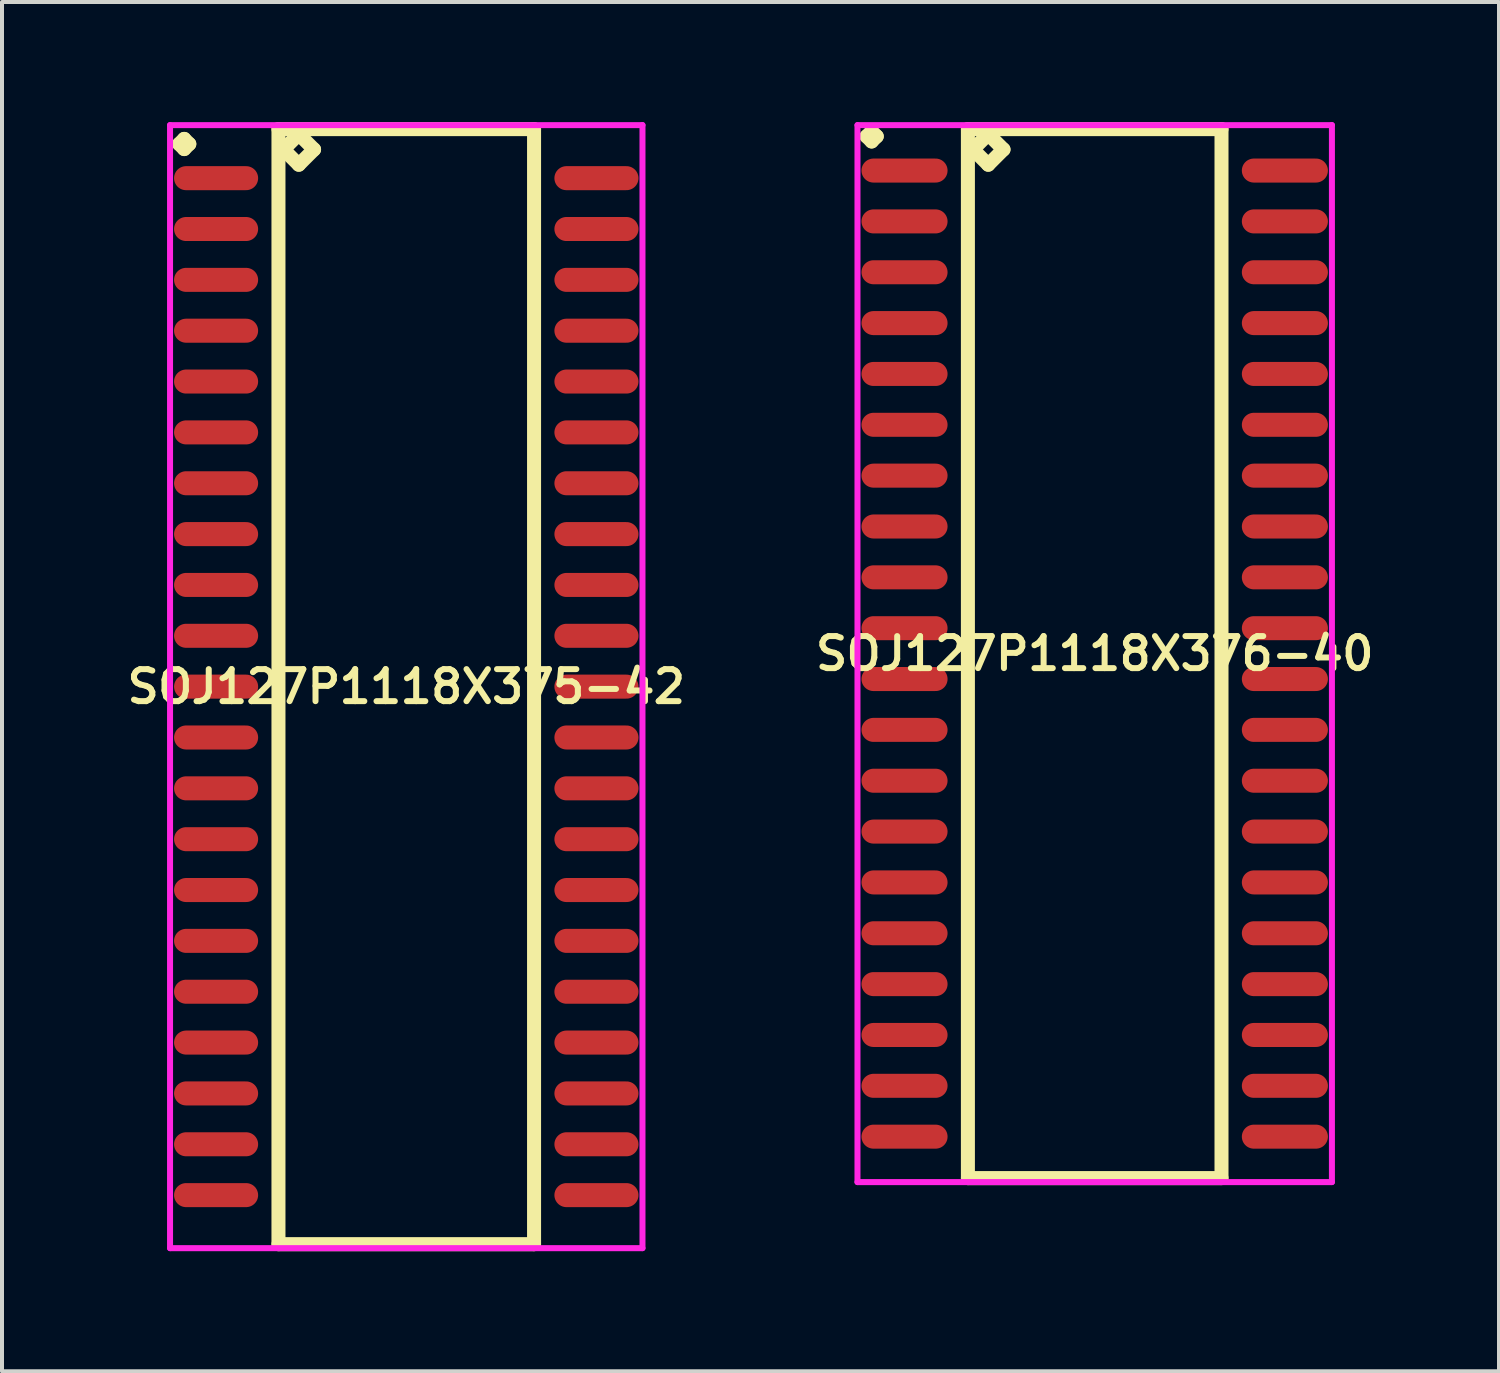
<source format=kicad_pcb>
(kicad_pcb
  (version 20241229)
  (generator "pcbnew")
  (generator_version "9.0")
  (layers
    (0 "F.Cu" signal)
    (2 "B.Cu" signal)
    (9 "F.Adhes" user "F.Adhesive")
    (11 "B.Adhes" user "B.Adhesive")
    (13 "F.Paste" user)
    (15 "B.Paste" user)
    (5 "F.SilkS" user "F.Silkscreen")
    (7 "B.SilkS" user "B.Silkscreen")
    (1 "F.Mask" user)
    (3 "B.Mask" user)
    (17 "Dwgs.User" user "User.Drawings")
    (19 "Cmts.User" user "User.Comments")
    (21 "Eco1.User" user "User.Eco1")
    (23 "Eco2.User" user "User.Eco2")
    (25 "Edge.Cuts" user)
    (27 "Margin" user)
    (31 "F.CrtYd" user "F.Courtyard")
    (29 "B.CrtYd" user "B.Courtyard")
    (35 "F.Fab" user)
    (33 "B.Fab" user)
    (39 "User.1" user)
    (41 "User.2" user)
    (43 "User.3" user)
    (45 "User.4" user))
  (footprint "SOJ127P1118X375-42"
    (layer "F.Cu")
    (at 7.097 14.1)
    (property "Reference" "SOJ127P1118X375-42" (at 0 0 0) (layer "F.SilkS") (effects (font (size 0.8 0.8) (thickness 0.15))))
    (attr through_hole)
    (fp_line (start -5.673 -13.554) (end -5.546 -13.681) (stroke (width 0.35) (type solid)) (layer "F.SilkS"))
    (fp_line (start -5.546 -13.681) (end -5.419 -13.554) (stroke (width 0.35) (type solid)) (layer "F.SilkS"))
    (fp_line (start -5.546 -13.427) (end -5.673 -13.554) (stroke (width 0.35) (type solid)) (layer "F.SilkS"))
    (fp_line (start -5.419 -13.554) (end -5.546 -13.427) (stroke (width 0.35) (type solid)) (layer "F.SilkS"))
    (fp_line (start -3.192 -13.925) (end -3.192 13.925) (stroke (width 0.35) (type solid)) (layer "F.SilkS"))
    (fp_line (start -3.192 13.925) (end 3.192 13.925) (stroke (width 0.35) (type solid)) (layer "F.SilkS"))
    (fp_line (start -3.065 -13.417) (end -2.684 -13.798) (stroke (width 0.35) (type solid)) (layer "F.SilkS"))
    (fp_line (start -2.684 -13.798) (end -2.303 -13.417) (stroke (width 0.35) (type solid)) (layer "F.SilkS"))
    (fp_line (start -2.684 -13.036) (end -3.065 -13.417) (stroke (width 0.35) (type solid)) (layer "F.SilkS"))
    (fp_line (start -2.303 -13.417) (end -2.684 -13.036) (stroke (width 0.35) (type solid)) (layer "F.SilkS"))
    (fp_line (start 3.192 -13.925) (end -3.192 -13.925) (stroke (width 0.35) (type solid)) (layer "F.SilkS"))
    (fp_line (start 3.192 13.925) (end 3.192 -13.925) (stroke (width 0.35) (type solid)) (layer "F.SilkS"))
    (fp_line (start -5.9 -14.025) (end 5.9 -14.025) (stroke (width 0.15) (type solid)) (layer "F.CrtYd"))
    (fp_line (start -5.9 14.025) (end -5.9 -14.025) (stroke (width 0.15) (type solid)) (layer "F.CrtYd"))
    (fp_line (start 5.9 -14.025) (end 5.9 14.025) (stroke (width 0.15) (type solid)) (layer "F.CrtYd"))
    (fp_line (start 5.9 14.025) (end -5.9 14.025) (stroke (width 0.15) (type solid)) (layer "F.CrtYd"))
    (pad "1" smd oval (at -4.75 -12.7) (size 2.1 0.6) (layers "F.Cu" "F.Mask" "F.Paste"))
    (pad "2" smd oval (at -4.75 -11.43) (size 2.1 0.6) (layers "F.Cu" "F.Mask" "F.Paste"))
    (pad "3" smd oval (at -4.75 -10.16) (size 2.1 0.6) (layers "F.Cu" "F.Mask" "F.Paste"))
    (pad "4" smd oval (at -4.75 -8.89) (size 2.1 0.6) (layers "F.Cu" "F.Mask" "F.Paste"))
    (pad "5" smd oval (at -4.75 -7.62) (size 2.1 0.6) (layers "F.Cu" "F.Mask" "F.Paste"))
    (pad "6" smd oval (at -4.75 -6.35) (size 2.1 0.6) (layers "F.Cu" "F.Mask" "F.Paste"))
    (pad "7" smd oval (at -4.75 -5.08) (size 2.1 0.6) (layers "F.Cu" "F.Mask" "F.Paste"))
    (pad "8" smd oval (at -4.75 -3.81) (size 2.1 0.6) (layers "F.Cu" "F.Mask" "F.Paste"))
    (pad "9" smd oval (at -4.75 -2.54) (size 2.1 0.6) (layers "F.Cu" "F.Mask" "F.Paste"))
    (pad "10" smd oval (at -4.75 -1.27) (size 2.1 0.6) (layers "F.Cu" "F.Mask" "F.Paste"))
    (pad "11" smd oval (at -4.75 0) (size 2.1 0.6) (layers "F.Cu" "F.Mask" "F.Paste"))
    (pad "12" smd oval (at -4.75 1.27) (size 2.1 0.6) (layers "F.Cu" "F.Mask" "F.Paste"))
    (pad "13" smd oval (at -4.75 2.54) (size 2.1 0.6) (layers "F.Cu" "F.Mask" "F.Paste"))
    (pad "14" smd oval (at -4.75 3.81) (size 2.1 0.6) (layers "F.Cu" "F.Mask" "F.Paste"))
    (pad "15" smd oval (at -4.75 5.08) (size 2.1 0.6) (layers "F.Cu" "F.Mask" "F.Paste"))
    (pad "16" smd oval (at -4.75 6.35) (size 2.1 0.6) (layers "F.Cu" "F.Mask" "F.Paste"))
    (pad "17" smd oval (at -4.75 7.62) (size 2.1 0.6) (layers "F.Cu" "F.Mask" "F.Paste"))
    (pad "18" smd oval (at -4.75 8.89) (size 2.1 0.6) (layers "F.Cu" "F.Mask" "F.Paste"))
    (pad "19" smd oval (at -4.75 10.16) (size 2.1 0.6) (layers "F.Cu" "F.Mask" "F.Paste"))
    (pad "20" smd oval (at -4.75 11.43) (size 2.1 0.6) (layers "F.Cu" "F.Mask" "F.Paste"))
    (pad "21" smd oval (at -4.75 12.7) (size 2.1 0.6) (layers "F.Cu" "F.Mask" "F.Paste"))
    (pad "22" smd oval (at 4.75 12.7) (size 2.1 0.6) (layers "F.Cu" "F.Mask" "F.Paste"))
    (pad "23" smd oval (at 4.75 11.43) (size 2.1 0.6) (layers "F.Cu" "F.Mask" "F.Paste"))
    (pad "24" smd oval (at 4.75 10.16) (size 2.1 0.6) (layers "F.Cu" "F.Mask" "F.Paste"))
    (pad "25" smd oval (at 4.75 8.89) (size 2.1 0.6) (layers "F.Cu" "F.Mask" "F.Paste"))
    (pad "26" smd oval (at 4.75 7.62) (size 2.1 0.6) (layers "F.Cu" "F.Mask" "F.Paste"))
    (pad "27" smd oval (at 4.75 6.35) (size 2.1 0.6) (layers "F.Cu" "F.Mask" "F.Paste"))
    (pad "28" smd oval (at 4.75 5.08) (size 2.1 0.6) (layers "F.Cu" "F.Mask" "F.Paste"))
    (pad "29" smd oval (at 4.75 3.81) (size 2.1 0.6) (layers "F.Cu" "F.Mask" "F.Paste"))
    (pad "30" smd oval (at 4.75 2.54) (size 2.1 0.6) (layers "F.Cu" "F.Mask" "F.Paste"))
    (pad "31" smd oval (at 4.75 1.27) (size 2.1 0.6) (layers "F.Cu" "F.Mask" "F.Paste"))
    (pad "32" smd oval (at 4.75 0) (size 2.1 0.6) (layers "F.Cu" "F.Mask" "F.Paste"))
    (pad "33" smd oval (at 4.75 -1.27) (size 2.1 0.6) (layers "F.Cu" "F.Mask" "F.Paste"))
    (pad "34" smd oval (at 4.75 -2.54) (size 2.1 0.6) (layers "F.Cu" "F.Mask" "F.Paste"))
    (pad "35" smd oval (at 4.75 -3.81) (size 2.1 0.6) (layers "F.Cu" "F.Mask" "F.Paste"))
    (pad "36" smd oval (at 4.75 -5.08) (size 2.1 0.6) (layers "F.Cu" "F.Mask" "F.Paste"))
    (pad "37" smd oval (at 4.75 -6.35) (size 2.1 0.6) (layers "F.Cu" "F.Mask" "F.Paste"))
    (pad "38" smd oval (at 4.75 -7.62) (size 2.1 0.6) (layers "F.Cu" "F.Mask" "F.Paste"))
    (pad "39" smd oval (at 4.75 -8.89) (size 2.1 0.6) (layers "F.Cu" "F.Mask" "F.Paste"))
    (pad "40" smd oval (at 4.75 -10.16) (size 2.1 0.6) (layers "F.Cu" "F.Mask" "F.Paste"))
    (pad "41" smd oval (at 4.75 -11.43) (size 2.1 0.6) (layers "F.Cu" "F.Mask" "F.Paste"))
    (pad "42" smd oval (at 4.75 -12.7) (size 2.1 0.6) (layers "F.Cu" "F.Mask" "F.Paste")))
  (footprint "SOJ127P1118X376-40"
    (layer "F.Cu")
    (at 24.292 13.275)
    (property "Reference" "SOJ127P1118X376-40" (at 0 0 0) (layer "F.SilkS") (effects (font (size 0.8 0.8) (thickness 0.15))))
    (attr smd)
    (fp_line (start -5.698 -12.919) (end -5.571 -13.046) (stroke (width 0.35) (type solid)) (layer "F.SilkS"))
    (fp_line (start -5.571 -13.046) (end -5.444 -12.919) (stroke (width 0.35) (type solid)) (layer "F.SilkS"))
    (fp_line (start -5.571 -12.792) (end -5.698 -12.919) (stroke (width 0.35) (type solid)) (layer "F.SilkS"))
    (fp_line (start -5.444 -12.919) (end -5.571 -12.792) (stroke (width 0.35) (type solid)) (layer "F.SilkS"))
    (fp_line (start -3.167 -13.1) (end -3.167 13.1) (stroke (width 0.35) (type solid)) (layer "F.SilkS"))
    (fp_line (start -3.167 13.1) (end 3.167 13.1) (stroke (width 0.35) (type solid)) (layer "F.SilkS"))
    (fp_line (start -3.04 -12.592) (end -2.659 -12.973) (stroke (width 0.35) (type solid)) (layer "F.SilkS"))
    (fp_line (start -2.659 -12.973) (end -2.278 -12.592) (stroke (width 0.35) (type solid)) (layer "F.SilkS"))
    (fp_line (start -2.659 -12.211) (end -3.04 -12.592) (stroke (width 0.35) (type solid)) (layer "F.SilkS"))
    (fp_line (start -2.278 -12.592) (end -2.659 -12.211) (stroke (width 0.35) (type solid)) (layer "F.SilkS"))
    (fp_line (start 3.167 -13.1) (end -3.167 -13.1) (stroke (width 0.35) (type solid)) (layer "F.SilkS"))
    (fp_line (start 3.167 13.1) (end 3.167 -13.1) (stroke (width 0.35) (type solid)) (layer "F.SilkS"))
    (fp_line (start -5.925 -13.2) (end 5.925 -13.2) (stroke (width 0.15) (type solid)) (layer "F.CrtYd"))
    (fp_line (start -5.925 13.2) (end -5.925 -13.2) (stroke (width 0.15) (type solid)) (layer "F.CrtYd"))
    (fp_line (start 5.925 -13.2) (end 5.925 13.2) (stroke (width 0.15) (type solid)) (layer "F.CrtYd"))
    (fp_line (start 5.925 13.2) (end -5.925 13.2) (stroke (width 0.15) (type solid)) (layer "F.CrtYd"))
    (pad "1" smd oval (at -4.75 -12.065) (size 2.15 0.6) (layers "F.Cu" "F.Mask" "F.Paste"))
    (pad "2" smd oval (at -4.75 -10.795) (size 2.15 0.6) (layers "F.Cu" "F.Mask" "F.Paste"))
    (pad "3" smd oval (at -4.75 -9.525) (size 2.15 0.6) (layers "F.Cu" "F.Mask" "F.Paste"))
    (pad "4" smd oval (at -4.75 -8.255) (size 2.15 0.6) (layers "F.Cu" "F.Mask" "F.Paste"))
    (pad "5" smd oval (at -4.75 -6.985) (size 2.15 0.6) (layers "F.Cu" "F.Mask" "F.Paste"))
    (pad "6" smd oval (at -4.75 -5.715) (size 2.15 0.6) (layers "F.Cu" "F.Mask" "F.Paste"))
    (pad "7" smd oval (at -4.75 -4.445) (size 2.15 0.6) (layers "F.Cu" "F.Mask" "F.Paste"))
    (pad "8" smd oval (at -4.75 -3.175) (size 2.15 0.6) (layers "F.Cu" "F.Mask" "F.Paste"))
    (pad "9" smd oval (at -4.75 -1.905) (size 2.15 0.6) (layers "F.Cu" "F.Mask" "F.Paste"))
    (pad "10" smd oval (at -4.75 -0.635) (size 2.15 0.6) (layers "F.Cu" "F.Mask" "F.Paste"))
    (pad "11" smd oval (at -4.75 0.635) (size 2.15 0.6) (layers "F.Cu" "F.Mask" "F.Paste"))
    (pad "12" smd oval (at -4.75 1.905) (size 2.15 0.6) (layers "F.Cu" "F.Mask" "F.Paste"))
    (pad "13" smd oval (at -4.75 3.175) (size 2.15 0.6) (layers "F.Cu" "F.Mask" "F.Paste"))
    (pad "14" smd oval (at -4.75 4.445) (size 2.15 0.6) (layers "F.Cu" "F.Mask" "F.Paste"))
    (pad "15" smd oval (at -4.75 5.715) (size 2.15 0.6) (layers "F.Cu" "F.Mask" "F.Paste"))
    (pad "16" smd oval (at -4.75 6.985) (size 2.15 0.6) (layers "F.Cu" "F.Mask" "F.Paste"))
    (pad "17" smd oval (at -4.75 8.255) (size 2.15 0.6) (layers "F.Cu" "F.Mask" "F.Paste"))
    (pad "18" smd oval (at -4.75 9.525) (size 2.15 0.6) (layers "F.Cu" "F.Mask" "F.Paste"))
    (pad "19" smd oval (at -4.75 10.795) (size 2.15 0.6) (layers "F.Cu" "F.Mask" "F.Paste"))
    (pad "20" smd oval (at -4.75 12.065) (size 2.15 0.6) (layers "F.Cu" "F.Mask" "F.Paste"))
    (pad "21" smd oval (at 4.75 12.065) (size 2.15 0.6) (layers "F.Cu" "F.Mask" "F.Paste"))
    (pad "22" smd oval (at 4.75 10.795) (size 2.15 0.6) (layers "F.Cu" "F.Mask" "F.Paste"))
    (pad "23" smd oval (at 4.75 9.525) (size 2.15 0.6) (layers "F.Cu" "F.Mask" "F.Paste"))
    (pad "24" smd oval (at 4.75 8.255) (size 2.15 0.6) (layers "F.Cu" "F.Mask" "F.Paste"))
    (pad "25" smd oval (at 4.75 6.985) (size 2.15 0.6) (layers "F.Cu" "F.Mask" "F.Paste"))
    (pad "26" smd oval (at 4.75 5.715) (size 2.15 0.6) (layers "F.Cu" "F.Mask" "F.Paste"))
    (pad "27" smd oval (at 4.75 4.445) (size 2.15 0.6) (layers "F.Cu" "F.Mask" "F.Paste"))
    (pad "28" smd oval (at 4.75 3.175) (size 2.15 0.6) (layers "F.Cu" "F.Mask" "F.Paste"))
    (pad "29" smd oval (at 4.75 1.905) (size 2.15 0.6) (layers "F.Cu" "F.Mask" "F.Paste"))
    (pad "30" smd oval (at 4.75 0.635) (size 2.15 0.6) (layers "F.Cu" "F.Mask" "F.Paste"))
    (pad "31" smd oval (at 4.75 -0.635) (size 2.15 0.6) (layers "F.Cu" "F.Mask" "F.Paste"))
    (pad "32" smd oval (at 4.75 -1.905) (size 2.15 0.6) (layers "F.Cu" "F.Mask" "F.Paste"))
    (pad "33" smd oval (at 4.75 -3.175) (size 2.15 0.6) (layers "F.Cu" "F.Mask" "F.Paste"))
    (pad "34" smd oval (at 4.75 -4.445) (size 2.15 0.6) (layers "F.Cu" "F.Mask" "F.Paste"))
    (pad "35" smd oval (at 4.75 -5.715) (size 2.15 0.6) (layers "F.Cu" "F.Mask" "F.Paste"))
    (pad "36" smd oval (at 4.75 -6.985) (size 2.15 0.6) (layers "F.Cu" "F.Mask" "F.Paste"))
    (pad "37" smd oval (at 4.75 -8.255) (size 2.15 0.6) (layers "F.Cu" "F.Mask" "F.Paste"))
    (pad "38" smd oval (at 4.75 -9.525) (size 2.15 0.6) (layers "F.Cu" "F.Mask" "F.Paste"))
    (pad "39" smd oval (at 4.75 -10.795) (size 2.15 0.6) (layers "F.Cu" "F.Mask" "F.Paste"))
    (pad "40" smd oval (at 4.75 -12.065) (size 2.15 0.6) (layers "F.Cu" "F.Mask" "F.Paste")))
  (gr_rect
    (start -3 -3)
    (end 34.39 31.2)
    (stroke (width 0.1) (type default))
    (fill no)
    (layer "Edge.Cuts")))
</source>
